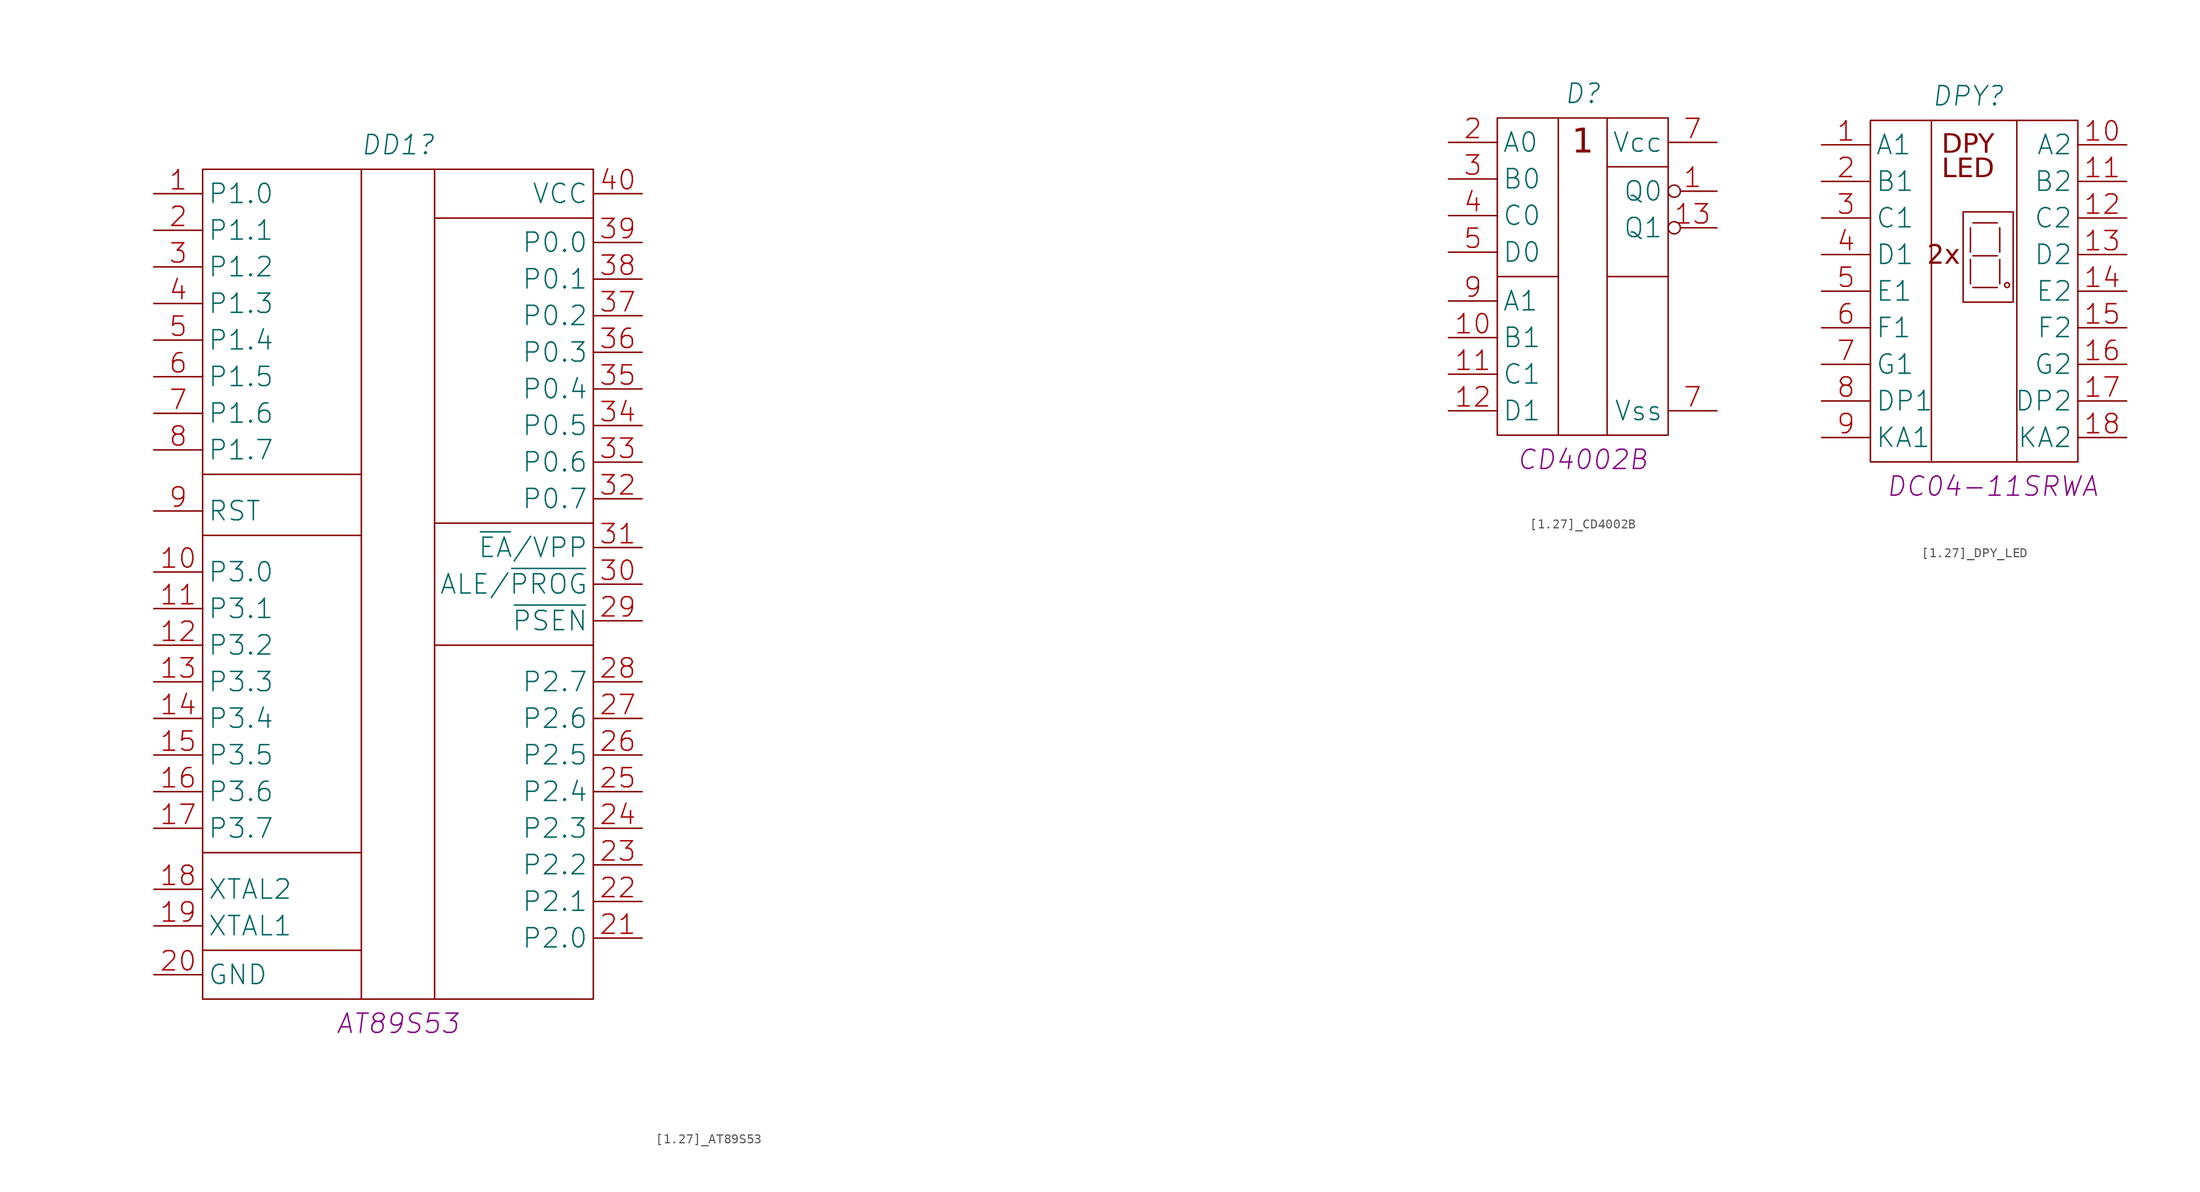
<source format=kicad_sym>
(kicad_symbol_lib
  (version 20220914)
  (generator kicad_symbol_editor)
  (symbol "[1.27]_AT89S53"
    (property "Reference" "DD1"
      (at 25.4 5.08 0)
      (effects (font (size 2 2) italic)))
    (property "ValueName" "AT89S53"
      (at 25.4 -86.36 0)
      (effects (font (size 2 2) italic)))
    (property "ValueTU" ""
      (at 115.57 -15.24 0)
      (effects (font (size 1.27 1.27))))
    (property "ValueSupplier" ""
      (at 115.57 -15.24 0)
      (effects (font (size 1.27 1.27))))
    (property "ValueAnalog" ""
      (at 115.57 -15.24 0)
      (effects (font (size 1.27 1.27))))
    (property "ValueTemperature" ""
      (at 115.57 -15.24 0)
      (effects (font (size 1.27 1.27))))
    (property "ValueNote" ""
      (at 115.57 -15.24 0)
      (effects (font (size 1.27 1.27))))
    (symbol "[1.27]_AT89S53_0_1"
      (polyline (pts (xy 5.08 -78.74) (xy 21.59 -78.74)) (stroke (width 0) (type default)) (fill (type none)))
      (polyline (pts (xy 5.08 -68.58) (xy 21.59 -68.58)) (stroke (width 0) (type default)) (fill (type none)))
      (polyline (pts (xy 5.08 -35.56) (xy 21.59 -35.56)) (stroke (width 0) (type default)) (fill (type none)))
      (polyline (pts (xy 5.08 -29.21) (xy 21.59 -29.21)) (stroke (width 0) (type default)) (fill (type none)))
      (polyline (pts (xy 21.59 2.54) (xy 21.59 -83.82)) (stroke (width 0) (type default)) (fill (type none)))
      (polyline (pts (xy 29.21 2.54) (xy 29.21 -83.82)) (stroke (width 0) (type default)) (fill (type none)))
      (polyline (pts (xy 45.72 -46.99) (xy 29.21 -46.99)) (stroke (width 0) (type default)) (fill (type none)))
      (polyline (pts (xy 45.72 -34.29) (xy 29.21 -34.29)) (stroke (width 0) (type default)) (fill (type none)))
      (polyline (pts (xy 45.72 -2.54) (xy 29.21 -2.54)) (stroke (width 0) (type default)) (fill (type none)))
      (rectangle (start 5.08 2.54) (end 45.72 -83.82) (stroke (width 0) (type default)) (fill (type none))))
    (symbol "[1.27]_AT89S53_1_1"
      (pin bidirectional line (at 0 0 0) (length 5.08) (name "P1.0" (effects (font (size 2 2)))) (number "1" (effects (font (size 2 2)))))
      (pin bidirectional line (at 0 -39.37 0) (length 5.08) (name "P3.0" (effects (font (size 2 2)))) (number "10" (effects (font (size 2 2)))))
      (pin bidirectional line (at 0 -43.18 0) (length 5.08) (name "P3.1" (effects (font (size 2 2)))) (number "11" (effects (font (size 2 2)))))
      (pin bidirectional line (at 0 -46.99 0) (length 5.08) (name "P3.2" (effects (font (size 2 2)))) (number "12" (effects (font (size 2 2)))))
      (pin bidirectional line (at 0 -50.8 0) (length 5.08) (name "P3.3" (effects (font (size 2 2)))) (number "13" (effects (font (size 2 2)))))
      (pin bidirectional line (at 0 -54.61 0) (length 5.08) (name "P3.4" (effects (font (size 2 2)))) (number "14" (effects (font (size 2 2)))))
      (pin bidirectional line (at 0 -58.42 0) (length 5.08) (name "P3.5" (effects (font (size 2 2)))) (number "15" (effects (font (size 2 2)))))
      (pin bidirectional line (at 0 -62.23 0) (length 5.08) (name "P3.6" (effects (font (size 2 2)))) (number "16" (effects (font (size 2 2)))))
      (pin bidirectional line (at 0 -66.04 0) (length 5.08) (name "P3.7" (effects (font (size 2 2)))) (number "17" (effects (font (size 2 2)))))
      (pin output line (at 0 -72.39 0) (length 5.08) (name "XTAL2" (effects (font (size 2 2)))) (number "18" (effects (font (size 2 2)))))
      (pin input line (at 0 -76.2 0) (length 5.08) (name "XTAL1" (effects (font (size 2 2)))) (number "19" (effects (font (size 2 2)))))
      (pin bidirectional line (at 0 -3.81 0) (length 5.08) (name "P1.1" (effects (font (size 2 2)))) (number "2" (effects (font (size 2 2)))))
      (pin power_out line (at 0 -81.28 0) (length 5.08) (name "GND" (effects (font (size 2 2)))) (number "20" (effects (font (size 2 2)))))
      (pin bidirectional line (at 50.8 -77.47 180) (length 5.08) (name "P2.0" (effects (font (size 2 2)))) (number "21" (effects (font (size 2 2)))))
      (pin bidirectional line (at 50.8 -73.66 180) (length 5.08) (name "P2.1" (effects (font (size 2 2)))) (number "22" (effects (font (size 2 2)))))
      (pin bidirectional line (at 50.8 -69.85 180) (length 5.08) (name "P2.2" (effects (font (size 2 2)))) (number "23" (effects (font (size 2 2)))))
      (pin bidirectional line (at 50.8 -66.04 180) (length 5.08) (name "P2.3" (effects (font (size 2 2)))) (number "24" (effects (font (size 2 2)))))
      (pin bidirectional line (at 50.8 -62.23 180) (length 5.08) (name "P2.4" (effects (font (size 2 2)))) (number "25" (effects (font (size 2 2)))))
      (pin bidirectional line (at 50.8 -58.42 180) (length 5.08) (name "P2.5" (effects (font (size 2 2)))) (number "26" (effects (font (size 2 2)))))
      (pin bidirectional line (at 50.8 -54.61 180) (length 5.08) (name "P2.6" (effects (font (size 2 2)))) (number "27" (effects (font (size 2 2)))))
      (pin bidirectional line (at 50.8 -50.8 180) (length 5.08) (name "P2.7" (effects (font (size 2 2)))) (number "28" (effects (font (size 2 2)))))
      (pin input line (at 50.8 -44.45 180) (length 5.08) (name "~{PSEN}" (effects (font (size 2 2)))) (number "29" (effects (font (size 2 2)))))
      (pin bidirectional line (at 0 -7.62 0) (length 5.08) (name "P1.2" (effects (font (size 2 2)))) (number "3" (effects (font (size 2 2)))))
      (pin bidirectional line (at 50.8 -40.64 180) (length 5.08) (name "ALE/~{PROG}" (effects (font (size 2 2)))) (number "30" (effects (font (size 2 2)))))
      (pin input line (at 50.8 -36.83 180) (length 5.08) (name "~{EA}/VPP" (effects (font (size 2 2)))) (number "31" (effects (font (size 2 2)))))
      (pin bidirectional line (at 50.8 -31.75 180) (length 5.08) (name "P0.7" (effects (font (size 2 2)))) (number "32" (effects (font (size 2 2)))))
      (pin bidirectional line (at 50.8 -27.94 180) (length 5.08) (name "P0.6" (effects (font (size 2 2)))) (number "33" (effects (font (size 2 2)))))
      (pin bidirectional line (at 50.8 -24.13 180) (length 5.08) (name "P0.5" (effects (font (size 2 2)))) (number "34" (effects (font (size 2 2)))))
      (pin bidirectional line (at 50.8 -20.32 180) (length 5.08) (name "P0.4" (effects (font (size 2 2)))) (number "35" (effects (font (size 2 2)))))
      (pin bidirectional line (at 50.8 -16.51 180) (length 5.08) (name "P0.3" (effects (font (size 2 2)))) (number "36" (effects (font (size 2 2)))))
      (pin bidirectional line (at 50.8 -12.7 180) (length 5.08) (name "P0.2" (effects (font (size 2 2)))) (number "37" (effects (font (size 2 2)))))
      (pin bidirectional line (at 50.8 -8.89 180) (length 5.08) (name "P0.1" (effects (font (size 2 2)))) (number "38" (effects (font (size 2 2)))))
      (pin bidirectional line (at 50.8 -5.08 180) (length 5.08) (name "P0.0" (effects (font (size 2 2)))) (number "39" (effects (font (size 2 2)))))
      (pin bidirectional line (at 0 -11.43 0) (length 5.08) (name "P1.3" (effects (font (size 2 2)))) (number "4" (effects (font (size 2 2)))))
      (pin power_in line (at 50.8 0 180) (length 5.08) (name "VCC" (effects (font (size 2 2)))) (number "40" (effects (font (size 2 2)))))
      (pin bidirectional line (at 0 -15.24 0) (length 5.08) (name "P1.4" (effects (font (size 2 2)))) (number "5" (effects (font (size 2 2)))))
      (pin bidirectional line (at 0 -19.05 0) (length 5.08) (name "P1.5" (effects (font (size 2 2)))) (number "6" (effects (font (size 2 2)))))
      (pin bidirectional line (at 0 -22.86 0) (length 5.08) (name "P1.6" (effects (font (size 2 2)))) (number "7" (effects (font (size 2 2)))))
      (pin bidirectional line (at 0 -26.67 0) (length 5.08) (name "P1.7" (effects (font (size 2 2)))) (number "8" (effects (font (size 2 2)))))
      (pin power_in line (at 0 -33.02 0) (length 5.08) (name "RST" (effects (font (size 2 2)))) (number "9" (effects (font (size 2 2)))))))
  (symbol "[1.27]_CD4002B"
    (property "Reference" "D"
      (at 13.97 5.08 0)
      (effects (font (size 2 2) italic)))
    (property "ValueName" "CD4002B"
      (at 13.97 -33.02 0)
      (effects (font (size 2 2) italic)))
    (symbol "[1.27]_CD4002B_0_1"
      (polyline (pts (xy 5.08 -13.97) (xy 11.43 -13.97)) (stroke (width 0) (type default)) (fill (type none)))
      (polyline (pts (xy 11.43 2.54) (xy 11.43 -30.48)) (stroke (width 0) (type default)) (fill (type none)))
      (polyline (pts (xy 16.51 -13.97) (xy 22.86 -13.97)) (stroke (width 0) (type default)) (fill (type none)))
      (polyline (pts (xy 16.51 -2.54) (xy 22.86 -2.54)) (stroke (width 0) (type default)) (fill (type none)))
      (polyline (pts (xy 16.51 2.54) (xy 16.51 -30.48)) (stroke (width 0) (type default)) (fill (type none)))
      (rectangle (start 5.08 2.54) (end 22.86 -30.48) (stroke (width 0) (type default)) (fill (type none))))
    (symbol "[1.27]_CD4002B_1_1"
      (text "1" (at 13.97 0 0) (effects (font (face "GOST type A") (size 2.54 2.54))))
      (pin output inverted (at 27.94 -5.08 180) (length 5.08) (name "Q0" (effects (font (size 2 2)))) (number "1" (effects (font (size 2 2)))))
      (pin input line (at 0 -20.32 0) (length 5.08) (name "B1" (effects (font (size 2 2)))) (number "10" (effects (font (size 2 2)))))
      (pin input line (at 0 -24.13 0) (length 5.08) (name "C1" (effects (font (size 2 2)))) (number "11" (effects (font (size 2 2)))))
      (pin input line (at 0 -27.94 0) (length 5.08) (name "D1" (effects (font (size 2 2)))) (number "12" (effects (font (size 2 2)))))
      (pin output inverted (at 27.94 -8.89 180) (length 5.08) (name "Q1" (effects (font (size 2 2)))) (number "13" (effects (font (size 2 2)))))
      (pin input line (at 0 0 0) (length 5.08) (name "A0" (effects (font (size 2 2)))) (number "2" (effects (font (size 2 2)))))
      (pin input line (at 0 -3.81 0) (length 5.08) (name "B0" (effects (font (size 2 2)))) (number "3" (effects (font (size 2 2)))))
      (pin input line (at 0 -7.62 0) (length 5.08) (name "C0" (effects (font (size 2 2)))) (number "4" (effects (font (size 2 2)))))
      (pin input line (at 0 -11.43 0) (length 5.08) (name "D0" (effects (font (size 2 2)))) (number "5" (effects (font (size 2 2)))))
      (pin power_in line (at 27.94 0 180) (length 5.08) (name "Vcc" (effects (font (size 2 2)))) (number "7" (effects (font (size 2 2)))))
      (pin input line (at 27.94 -27.94 180) (length 5.08) (name "Vss" (effects (font (size 2 2)))) (number "7" (effects (font (size 2 2)))))
      (pin input line (at 0 -16.51 0) (length 5.08) (name "A1" (effects (font (size 2 2)))) (number "9" (effects (font (size 2 2)))))))
  (symbol "[1.27]_DPY_LED"
    (property "Reference" "DPY"
      (at 15.24 5.08 0)
      (effects (font (size 2 2) italic)))
    (property "ValueName" "DC04-11SRWA"
      (at 17.78 -35.56 0)
      (effects (font (size 2 2) italic)))
    (symbol "[1.27]_DPY_LED_0_1"
      (polyline (pts (xy 11.43 2.54) (xy 11.43 -33.02)) (stroke (width 0) (type default)) (fill (type none)))
      (polyline (pts (xy 15.494 -11.938) (xy 15.494 -14.478)) (stroke (width 0) (type default)) (fill (type none)))
      (polyline (pts (xy 15.494 -8.636) (xy 15.494 -11.176)) (stroke (width 0) (type default)) (fill (type none)))
      (polyline (pts (xy 15.748 -14.859) (xy 18.288 -14.859)) (stroke (width 0) (type default)) (fill (type none)))
      (polyline (pts (xy 15.748 -11.557) (xy 18.288 -11.557)) (stroke (width 0) (type default)) (fill (type none)))
      (polyline (pts (xy 15.748 -8.128) (xy 18.288 -8.128)) (stroke (width 0) (type default)) (fill (type none)))
      (polyline (pts (xy 18.542 -11.938) (xy 18.542 -14.478)) (stroke (width 0) (type default)) (fill (type none)))
      (polyline (pts (xy 18.542 -8.636) (xy 18.542 -11.176)) (stroke (width 0) (type default)) (fill (type none)))
      (polyline (pts (xy 20.32 2.54) (xy 20.32 -33.02)) (stroke (width 0) (type default)) (fill (type none)))
      (rectangle (start 5.08 2.54) (end 26.67 -33.02) (stroke (width 0) (type default)) (fill (type none))))
    (symbol "[1.27]_DPY_LED_1_1"
      (rectangle (start 14.732 -6.985) (end 19.939 -16.383) (stroke (width 0) (type default)) (fill (type none)))
      (circle (center 19.304 -14.605) (radius 0.254) (stroke (width 0) (type default)) (fill (type none)))
      (text "2х" (at 12.7 -11.557 0) (effects (font (face "GOST type A") (size 2 2) italic)))
      (text "DPY" (at 15.24 0 0) (effects (font (face "GOST type A") (size 2 2) italic)))
      (text "LED" (at 15.24 -2.54 0) (effects (font (face "GOST type A") (size 2 2) italic)))
      (pin input line (at 0 0 0) (length 5.08) (name "A1" (effects (font (size 2 2)))) (number "1" (effects (font (size 2 2)))))
      (pin input line (at 31.75 0 180) (length 5.08) (name "A2" (effects (font (size 2 2)))) (number "10" (effects (font (size 2 2)))))
      (pin input line (at 31.75 -3.81 180) (length 5.08) (name "B2" (effects (font (size 2 2)))) (number "11" (effects (font (size 2 2)))))
      (pin input line (at 31.75 -7.62 180) (length 5.08) (name "C2" (effects (font (size 2 2)))) (number "12" (effects (font (size 2 2)))))
      (pin input line (at 31.75 -11.43 180) (length 5.08) (name "D2" (effects (font (size 2 2)))) (number "13" (effects (font (size 2 2)))))
      (pin input line (at 31.75 -15.24 180) (length 5.08) (name "E2" (effects (font (size 2 2)))) (number "14" (effects (font (size 2 2)))))
      (pin input line (at 31.75 -19.05 180) (length 5.08) (name "F2" (effects (font (size 2 2)))) (number "15" (effects (font (size 2 2)))))
      (pin input line (at 31.75 -22.86 180) (length 5.08) (name "G2" (effects (font (size 2 2)))) (number "16" (effects (font (size 2 2)))))
      (pin input line (at 31.75 -26.67 180) (length 5.08) (name "DP2" (effects (font (size 2 2)))) (number "17" (effects (font (size 2 2)))))
      (pin output line (at 31.75 -30.48 180) (length 5.08) (name "KA2" (effects (font (size 2 2)))) (number "18" (effects (font (size 2 2)))))
      (pin input line (at 0 -3.81 0) (length 5.08) (name "B1" (effects (font (size 2 2)))) (number "2" (effects (font (size 2 2)))))
      (pin input line (at 0 -7.62 0) (length 5.08) (name "C1" (effects (font (size 2 2)))) (number "3" (effects (font (size 2 2)))))
      (pin input line (at 0 -11.43 0) (length 5.08) (name "D1" (effects (font (size 2 2)))) (number "4" (effects (font (size 2 2)))))
      (pin input line (at 0 -15.24 0) (length 5.08) (name "E1" (effects (font (size 2 2)))) (number "5" (effects (font (size 2 2)))))
      (pin input line (at 0 -19.05 0) (length 5.08) (name "F1" (effects (font (size 2 2)))) (number "6" (effects (font (size 2 2)))))
      (pin input line (at 0 -22.86 0) (length 5.08) (name "G1" (effects (font (size 2 2)))) (number "7" (effects (font (size 2 2)))))
      (pin input line (at 0 -26.67 0) (length 5.08) (name "DP1" (effects (font (size 2 2)))) (number "8" (effects (font (size 2 2)))))
      (pin output line (at 0 -30.48 0) (length 5.08) (name "KA1" (effects (font (size 2 2)))) (number "9" (effects (font (size 2 2))))))))
</source>
